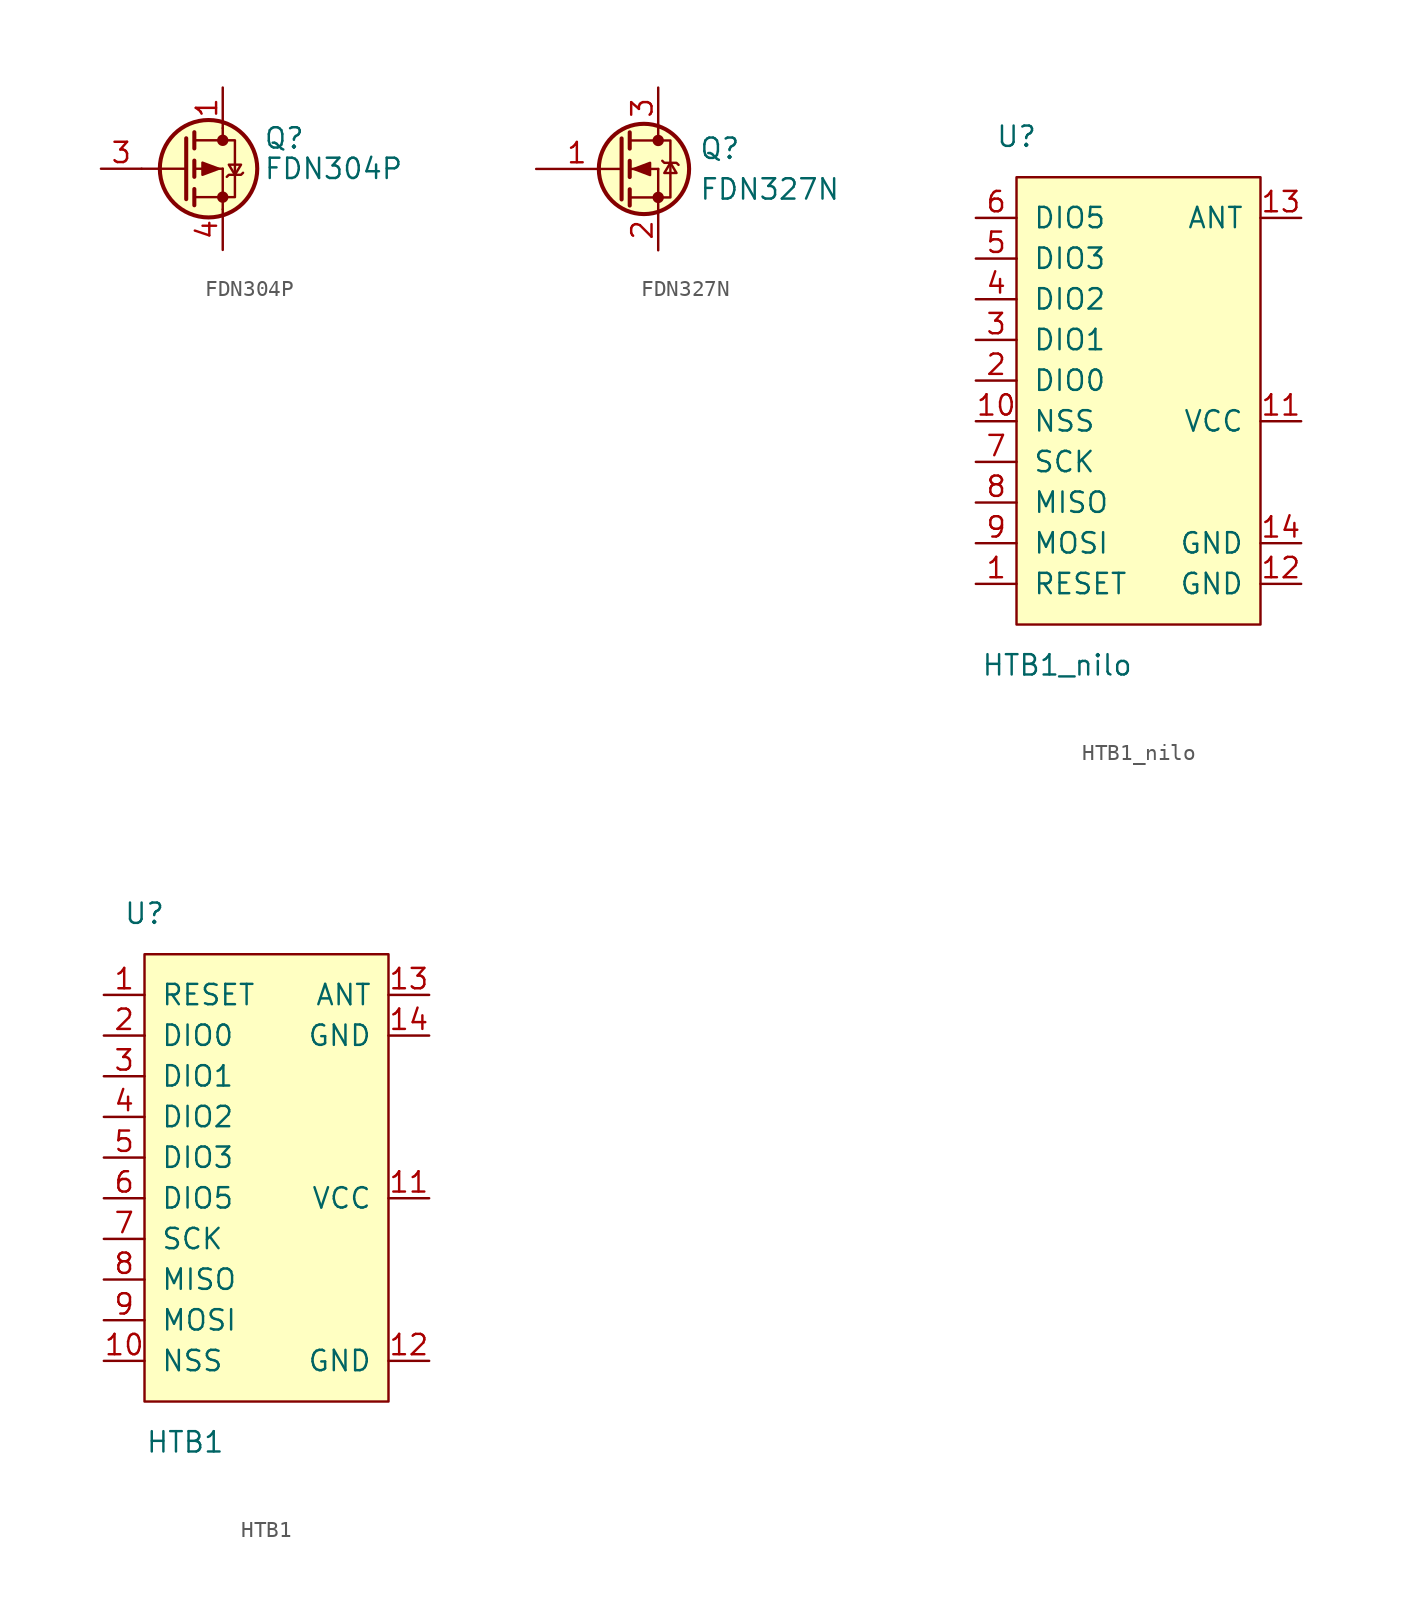
<source format=kicad_sym>
(kicad_symbol_lib
  (version 20220914)
  (generator kicad_symbol_editor)
  (symbol "FDN304P"
    (pin_names
      (offset 0) hide)
    (property "Reference" "Q"
      (at 5.08 1.905 0)
      (effects (font (size 1.27 1.27)) (justify left)))
    (property "Value" "FDN304P"
      (at 5.08 0 0)
      (effects (font (size 1.27 1.27)) (justify left)))
    (symbol "FDN304P_0_1"
      (polyline (pts (xy -2.54 0) (xy 0.254 0)) (stroke (width 0) (type solid)) (fill (type none)))
      (polyline (pts (xy 0.762 -1.778) (xy 2.54 -1.778)) (stroke (width 0) (type solid)) (fill (type none)))
      (polyline (pts (xy 0.762 -1.27) (xy 0.762 -2.286)) (stroke (width 0.254) (type solid)) (fill (type none)))
      (polyline (pts (xy 0.762 0) (xy 2.54 0)) (stroke (width 0) (type solid)) (fill (type none)))
      (polyline (pts (xy 0.762 0.508) (xy 0.762 -0.508)) (stroke (width 0.254) (type solid)) (fill (type none)))
      (polyline (pts (xy 0.762 1.778) (xy 2.54 1.778)) (stroke (width 0) (type solid)) (fill (type none)))
      (polyline (pts (xy 0.762 2.286) (xy 0.762 1.27)) (stroke (width 0.254) (type solid)) (fill (type none)))
      (polyline (pts (xy 2.54 -1.778) (xy 2.54 -2.54)) (stroke (width 0) (type solid)) (fill (type none)))
      (polyline (pts (xy 2.54 -1.778) (xy 2.54 0)) (stroke (width 0) (type solid)) (fill (type none)))
      (polyline (pts (xy 2.54 2.54) (xy 2.54 1.778)) (stroke (width 0) (type solid)) (fill (type none)))
      (polyline (pts (xy 0.254 1.905) (xy 0.254 -1.905) (xy 0.254 -1.905)) (stroke (width 0.254) (type solid)) (fill (type none)))
      (polyline (pts (xy 2.286 0) (xy 1.27 -0.381) (xy 1.27 0.381) (xy 2.286 0)) (stroke (width 0) (type solid)) (fill (type outline)))
      (polyline (pts (xy 2.54 -1.778) (xy 3.302 -1.778) (xy 3.302 1.778) (xy 2.54 1.778)) (stroke (width 0) (type solid)) (fill (type none)))
      (polyline (pts (xy 2.794 -0.508) (xy 2.921 -0.381) (xy 3.683 -0.381) (xy 3.81 -0.254)) (stroke (width 0) (type solid)) (fill (type none)))
      (polyline (pts (xy 3.302 -0.381) (xy 2.921 0.254) (xy 3.683 0.254) (xy 3.302 -0.381)) (stroke (width 0) (type solid)) (fill (type none)))
      (circle (center 1.651 0) (radius 3.048) (stroke (width 0.254) (type solid)) (fill (type background)))
      (circle (center 2.54 -1.778) (radius 0.279) (stroke (width 0) (type solid)) (fill (type outline)))
      (circle (center 2.54 1.778) (radius 0.279) (stroke (width 0) (type solid)) (fill (type outline))))
    (symbol "FDN304P_1_1"
      (pin passive line (at 2.54 5.08 270) (length 2.54) (name "D" (effects (font (size 1.27 1.27)))) (number "1" (effects (font (size 1.27 1.27)))))
      (pin passive line (at -5.08 0 0) (length 2.54) (name "G" (effects (font (size 1.27 1.27)))) (number "3" (effects (font (size 1.27 1.27)))))
      (pin passive line (at 2.54 -5.08 90) (length 2.54) (name "S" (effects (font (size 1.27 1.27)))) (number "4" (effects (font (size 1.27 1.27)))))))
  (symbol "FDN327N"
    (pin_names
      (offset 0) hide)
    (property "Reference" "Q"
      (at 5.08 1.27 0)
      (effects (font (size 1.27 1.27)) (justify left)))
    (property "Value" "FDN327N"
      (at 5.08 -1.27 0)
      (effects (font (size 1.27 1.27)) (justify left)))
    (symbol "FDN327N_0_1"
      (polyline (pts (xy 0.051 0) (xy 0.254 0)) (stroke (width 0) (type solid)) (fill (type none)))
      (polyline (pts (xy 0.762 -1.778) (xy 2.54 -1.778)) (stroke (width 0) (type solid)) (fill (type none)))
      (polyline (pts (xy 0.762 -1.27) (xy 0.762 -2.286)) (stroke (width 0.254) (type solid)) (fill (type none)))
      (polyline (pts (xy 0.762 0) (xy 2.54 0)) (stroke (width 0) (type solid)) (fill (type none)))
      (polyline (pts (xy 0.762 0.508) (xy 0.762 -0.508)) (stroke (width 0.254) (type solid)) (fill (type none)))
      (polyline (pts (xy 0.762 1.778) (xy 2.54 1.778)) (stroke (width 0) (type solid)) (fill (type none)))
      (polyline (pts (xy 0.762 2.286) (xy 0.762 1.27)) (stroke (width 0.254) (type solid)) (fill (type none)))
      (polyline (pts (xy 2.54 -1.778) (xy 2.54 -2.54)) (stroke (width 0) (type solid)) (fill (type none)))
      (polyline (pts (xy 2.54 -1.778) (xy 2.54 0)) (stroke (width 0) (type solid)) (fill (type none)))
      (polyline (pts (xy 2.54 2.54) (xy 2.54 1.778)) (stroke (width 0) (type solid)) (fill (type none)))
      (polyline (pts (xy 0.254 1.905) (xy 0.254 -1.905) (xy 0.254 -1.905)) (stroke (width 0.254) (type solid)) (fill (type none)))
      (polyline (pts (xy 1.016 0) (xy 2.032 0.381) (xy 2.032 -0.381) (xy 1.016 0)) (stroke (width 0) (type solid)) (fill (type outline)))
      (polyline (pts (xy 2.54 -1.778) (xy 3.302 -1.778) (xy 3.302 1.778) (xy 2.54 1.778)) (stroke (width 0) (type solid)) (fill (type none)))
      (polyline (pts (xy 2.794 0.508) (xy 2.921 0.381) (xy 3.683 0.381) (xy 3.81 0.254)) (stroke (width 0) (type solid)) (fill (type none)))
      (polyline (pts (xy 3.302 0.381) (xy 2.921 -0.254) (xy 3.683 -0.254) (xy 3.302 0.381)) (stroke (width 0) (type solid)) (fill (type none)))
      (circle (center 1.651 0) (radius 2.819) (stroke (width 0.254) (type solid)) (fill (type background)))
      (circle (center 2.54 -1.778) (radius 0.279) (stroke (width 0) (type solid)) (fill (type outline)))
      (circle (center 2.54 1.778) (radius 0.279) (stroke (width 0) (type solid)) (fill (type outline))))
    (symbol "FDN327N_1_1"
      (pin input line (at -5.08 0 0) (length 5.08) (name "G" (effects (font (size 1.27 1.27)))) (number "1" (effects (font (size 1.27 1.27)))))
      (pin passive line (at 2.54 5.08 270) (length 2.54) hide (name "D" (effects (font (size 1.27 1.27)))) (number "2" (effects (font (size 1.27 1.27)))))
      (pin passive line (at 2.54 -5.08 90) (length 2.54) (name "S" (effects (font (size 1.27 1.27)))) (number "2" (effects (font (size 1.27 1.27)))))
      (pin passive line (at 2.54 5.08 270) (length 2.54) (name "D" (effects (font (size 1.27 1.27)))) (number "3" (effects (font (size 1.27 1.27)))))
      (pin passive line (at 2.54 5.08 270) (length 2.54) hide (name "D" (effects (font (size 1.27 1.27)))) (number "5" (effects (font (size 1.27 1.27)))))
      (pin passive line (at 2.54 5.08 270) (length 2.54) hide (name "D" (effects (font (size 1.27 1.27)))) (number "6" (effects (font (size 1.27 1.27)))))))
  (symbol "HTB1_nilo"
    (pin_names
      (offset 1.016))
    (property "Reference" "U"
      (at -2.54 10.16 0)
      (effects (font (size 1.27 1.27))))
    (property "Value" "HTB1_nilo"
      (at 0 -22.86 0)
      (effects (font (size 1.27 1.27))))
    (symbol "HTB1_nilo_0_1"
      (rectangle (start -2.54 2.54) (end -2.54 2.54) (stroke (width 0) (type solid)) (fill (type none)))
      (rectangle (start -2.54 7.62) (end 12.7 -20.32) (stroke (width 0) (type solid)) (fill (type background))))
    (symbol "HTB1_nilo_1_1"
      (pin input line (at -5.08 -17.78 0) (length 2.54) (name "RESET" (effects (font (size 1.27 1.27)))) (number "1" (effects (font (size 1.27 1.27)))))
      (pin input line (at -5.08 -7.62 0) (length 2.54) (name "NSS" (effects (font (size 1.27 1.27)))) (number "10" (effects (font (size 1.27 1.27)))))
      (pin power_in line (at 15.24 -7.62 180) (length 2.54) (name "VCC" (effects (font (size 1.27 1.27)))) (number "11" (effects (font (size 1.27 1.27)))))
      (pin power_in line (at 15.24 -17.78 180) (length 2.54) (name "GND" (effects (font (size 1.27 1.27)))) (number "12" (effects (font (size 1.27 1.27)))))
      (pin passive line (at 15.24 5.08 180) (length 2.54) (name "ANT" (effects (font (size 1.27 1.27)))) (number "13" (effects (font (size 1.27 1.27)))))
      (pin power_in line (at 15.24 -15.24 180) (length 2.54) (name "GND" (effects (font (size 1.27 1.27)))) (number "14" (effects (font (size 1.27 1.27)))))
      (pin bidirectional line (at -5.08 -5.08 0) (length 2.54) (name "DIO0" (effects (font (size 1.27 1.27)))) (number "2" (effects (font (size 1.27 1.27)))))
      (pin bidirectional line (at -5.08 -2.54 0) (length 2.54) (name "DIO1" (effects (font (size 1.27 1.27)))) (number "3" (effects (font (size 1.27 1.27)))))
      (pin bidirectional line (at -5.08 0 0) (length 2.54) (name "DIO2" (effects (font (size 1.27 1.27)))) (number "4" (effects (font (size 1.27 1.27)))))
      (pin bidirectional line (at -5.08 2.54 0) (length 2.54) (name "DIO3" (effects (font (size 1.27 1.27)))) (number "5" (effects (font (size 1.27 1.27)))))
      (pin bidirectional line (at -5.08 5.08 0) (length 2.54) (name "DIO5" (effects (font (size 1.27 1.27)))) (number "6" (effects (font (size 1.27 1.27)))))
      (pin input line (at -5.08 -10.16 0) (length 2.54) (name "SCK" (effects (font (size 1.27 1.27)))) (number "7" (effects (font (size 1.27 1.27)))))
      (pin bidirectional line (at -5.08 -12.7 0) (length 2.54) (name "MISO" (effects (font (size 1.27 1.27)))) (number "8" (effects (font (size 1.27 1.27)))))
      (pin bidirectional line (at -5.08 -15.24 0) (length 2.54) (name "MOSI" (effects (font (size 1.27 1.27)))) (number "9" (effects (font (size 1.27 1.27)))))))
  (symbol "HTB1"
    (pin_names
      (offset 1.016))
    (property "Reference" "U"
      (at -2.54 10.16 0)
      (effects (font (size 1.27 1.27))))
    (property "Value" "HTB1"
      (at 0 -22.86 0)
      (effects (font (size 1.27 1.27))))
    (symbol "HTB1_0_1"
      (rectangle (start -2.54 2.54) (end -2.54 2.54) (stroke (width 0) (type solid)) (fill (type none)))
      (rectangle (start -2.54 7.62) (end 12.7 -20.32) (stroke (width 0) (type solid)) (fill (type background))))
    (symbol "HTB1_1_1"
      (pin input line (at -5.08 5.08 0) (length 2.54) (name "RESET" (effects (font (size 1.27 1.27)))) (number "1" (effects (font (size 1.27 1.27)))))
      (pin input line (at -5.08 -17.78 0) (length 2.54) (name "NSS" (effects (font (size 1.27 1.27)))) (number "10" (effects (font (size 1.27 1.27)))))
      (pin power_in line (at 15.24 -7.62 180) (length 2.54) (name "VCC" (effects (font (size 1.27 1.27)))) (number "11" (effects (font (size 1.27 1.27)))))
      (pin power_in line (at 15.24 -17.78 180) (length 2.54) (name "GND" (effects (font (size 1.27 1.27)))) (number "12" (effects (font (size 1.27 1.27)))))
      (pin passive line (at 15.24 5.08 180) (length 2.54) (name "ANT" (effects (font (size 1.27 1.27)))) (number "13" (effects (font (size 1.27 1.27)))))
      (pin power_in line (at 15.24 2.54 180) (length 2.54) (name "GND" (effects (font (size 1.27 1.27)))) (number "14" (effects (font (size 1.27 1.27)))))
      (pin bidirectional line (at -5.08 2.54 0) (length 2.54) (name "DIO0" (effects (font (size 1.27 1.27)))) (number "2" (effects (font (size 1.27 1.27)))))
      (pin bidirectional line (at -5.08 0 0) (length 2.54) (name "DIO1" (effects (font (size 1.27 1.27)))) (number "3" (effects (font (size 1.27 1.27)))))
      (pin bidirectional line (at -5.08 -2.54 0) (length 2.54) (name "DIO2" (effects (font (size 1.27 1.27)))) (number "4" (effects (font (size 1.27 1.27)))))
      (pin bidirectional line (at -5.08 -5.08 0) (length 2.54) (name "DIO3" (effects (font (size 1.27 1.27)))) (number "5" (effects (font (size 1.27 1.27)))))
      (pin bidirectional line (at -5.08 -7.62 0) (length 2.54) (name "DIO5" (effects (font (size 1.27 1.27)))) (number "6" (effects (font (size 1.27 1.27)))))
      (pin input line (at -5.08 -10.16 0) (length 2.54) (name "SCK" (effects (font (size 1.27 1.27)))) (number "7" (effects (font (size 1.27 1.27)))))
      (pin bidirectional line (at -5.08 -12.7 0) (length 2.54) (name "MISO" (effects (font (size 1.27 1.27)))) (number "8" (effects (font (size 1.27 1.27)))))
      (pin bidirectional line (at -5.08 -15.24 0) (length 2.54) (name "MOSI" (effects (font (size 1.27 1.27)))) (number "9" (effects (font (size 1.27 1.27))))))))
</source>
